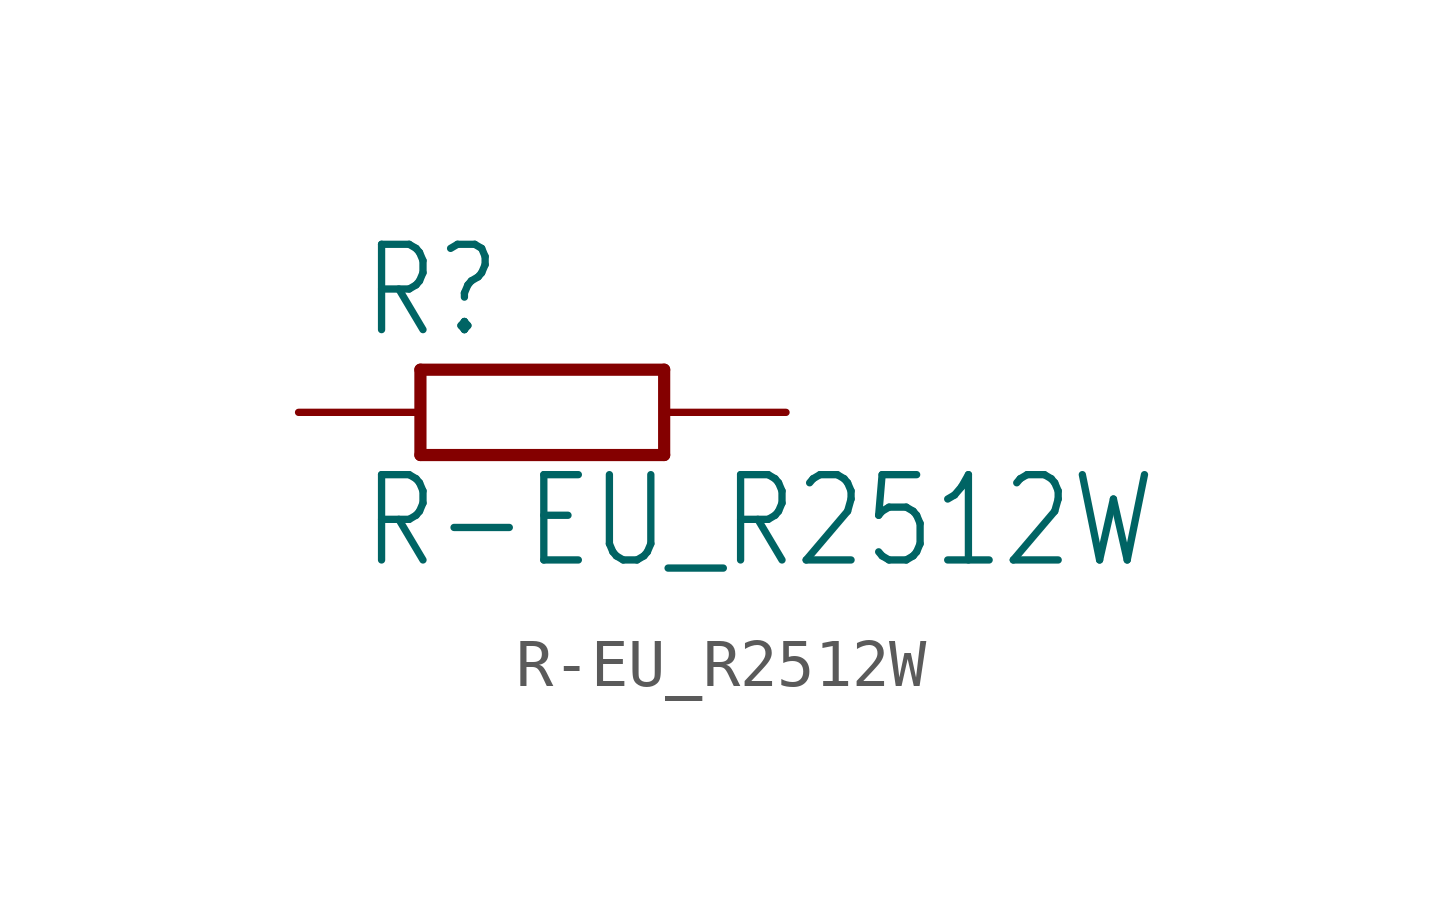
<source format=kicad_sym>
(kicad_symbol_lib
  (version 20220331)
  (generator kicad_symbol_editor)
  (symbol "R-EU_R2512W"
    (property "Reference" "R"
      (at -3.81 1.499 0)
      (effects (font (size 1.778 1.511)) (justify left bottom)))
    (property "Value" "R-EU_R2512W"
      (at -3.81 -3.302 0)
      (effects (font (size 1.778 1.511)) (justify left bottom)))
    (property "ki_locked" ""
      (at 0 0 0)
      (effects (font (size 1.27 1.27))))
    (symbol "R-EU_R2512W_1_0"
      (polyline (pts (xy -2.54 -0.889) (xy -2.54 0.889)) (stroke (width 0.254) (type solid)) (fill (type none)))
      (polyline (pts (xy -2.54 -0.889) (xy 2.54 -0.889)) (stroke (width 0.254) (type solid)) (fill (type none)))
      (polyline (pts (xy 2.54 -0.889) (xy 2.54 0.889)) (stroke (width 0.254) (type solid)) (fill (type none)))
      (polyline (pts (xy 2.54 0.889) (xy -2.54 0.889)) (stroke (width 0.254) (type solid)) (fill (type none)))
      (pin passive line (at -5.08 0 0) (length 2.54) (name "1" (effects (font (size 0 0)))) (number "1" (effects (font (size 0 0)))))
      (pin passive line (at 5.08 0 180) (length 2.54) (name "2" (effects (font (size 0 0)))) (number "2" (effects (font (size 0 0))))))))
</source>
